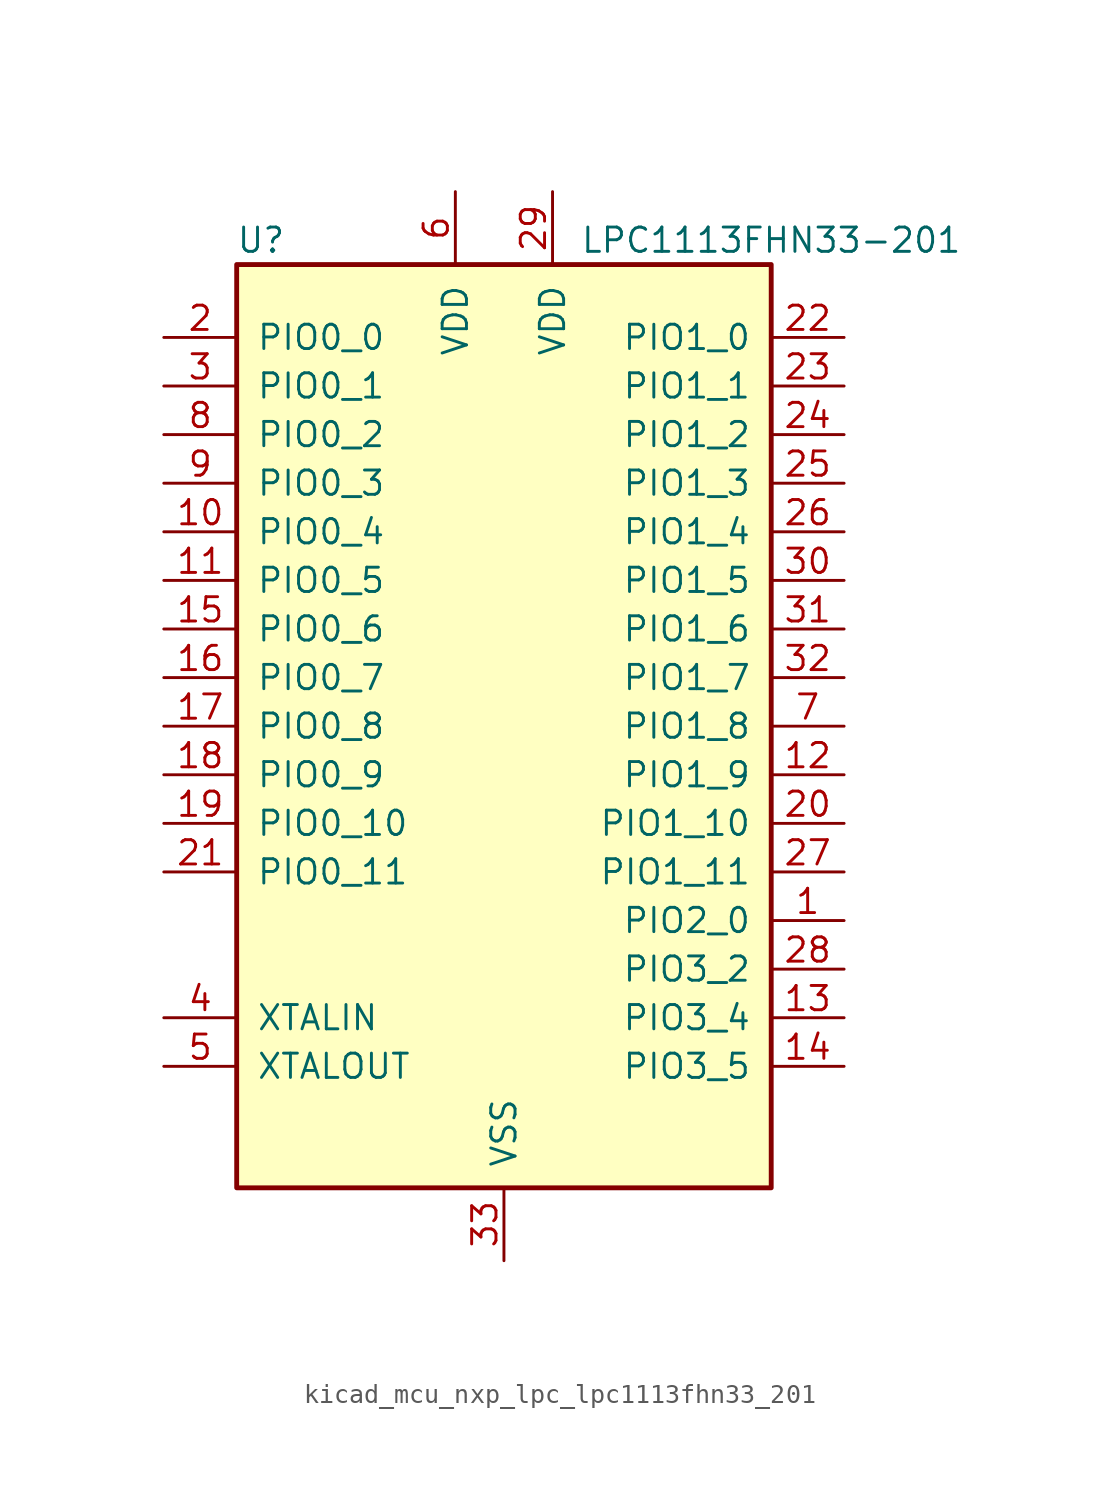
<source format=kicad_sym>
(kicad_symbol_lib
  (version 20220914)
  (generator kicad_symbol_editor)
  (symbol "kicad_mcu_nxp_lpc_lpc1113fhn33_201"
    (pin_names
      (offset 1.016))
    (property "Reference" "U"
      (at -12.7 25.4 0)
      (effects (font (size 1.27 1.27))))
    (property "Value" "LPC1113FHN33-201"
      (at 13.97 25.4 0)
      (effects (font (size 1.27 1.27))))
    (symbol "kicad_mcu_nxp_lpc_lpc1113fhn33_201_0_1"
      (rectangle (start -13.97 24.13) (end 13.97 -24.13) (stroke (width 0.254) (type default)) (fill (type background))))
    (symbol "kicad_mcu_nxp_lpc_lpc1113fhn33_201_1_1"
      (pin bidirectional line (at 17.78 -10.16 180) (length 3.81) (name "PIO2_0" (effects (font (size 1.27 1.27)))) (number "1" (effects (font (size 1.27 1.27)))))
      (pin bidirectional line (at -17.78 10.16 0) (length 3.81) (name "PIO0_4" (effects (font (size 1.27 1.27)))) (number "10" (effects (font (size 1.27 1.27)))))
      (pin bidirectional line (at -17.78 7.62 0) (length 3.81) (name "PIO0_5" (effects (font (size 1.27 1.27)))) (number "11" (effects (font (size 1.27 1.27)))))
      (pin bidirectional line (at 17.78 -2.54 180) (length 3.81) (name "PIO1_9" (effects (font (size 1.27 1.27)))) (number "12" (effects (font (size 1.27 1.27)))))
      (pin bidirectional line (at 17.78 -15.24 180) (length 3.81) (name "PIO3_4" (effects (font (size 1.27 1.27)))) (number "13" (effects (font (size 1.27 1.27)))))
      (pin bidirectional line (at 17.78 -17.78 180) (length 3.81) (name "PIO3_5" (effects (font (size 1.27 1.27)))) (number "14" (effects (font (size 1.27 1.27)))))
      (pin bidirectional line (at -17.78 5.08 0) (length 3.81) (name "PIO0_6" (effects (font (size 1.27 1.27)))) (number "15" (effects (font (size 1.27 1.27)))))
      (pin bidirectional line (at -17.78 2.54 0) (length 3.81) (name "PIO0_7" (effects (font (size 1.27 1.27)))) (number "16" (effects (font (size 1.27 1.27)))))
      (pin bidirectional line (at -17.78 0 0) (length 3.81) (name "PIO0_8" (effects (font (size 1.27 1.27)))) (number "17" (effects (font (size 1.27 1.27)))))
      (pin bidirectional line (at -17.78 -2.54 0) (length 3.81) (name "PIO0_9" (effects (font (size 1.27 1.27)))) (number "18" (effects (font (size 1.27 1.27)))))
      (pin bidirectional line (at -17.78 -5.08 0) (length 3.81) (name "PIO0_10" (effects (font (size 1.27 1.27)))) (number "19" (effects (font (size 1.27 1.27)))))
      (pin bidirectional line (at -17.78 20.32 0) (length 3.81) (name "PIO0_0" (effects (font (size 1.27 1.27)))) (number "2" (effects (font (size 1.27 1.27)))))
      (pin bidirectional line (at 17.78 -5.08 180) (length 3.81) (name "PIO1_10" (effects (font (size 1.27 1.27)))) (number "20" (effects (font (size 1.27 1.27)))))
      (pin bidirectional line (at -17.78 -7.62 0) (length 3.81) (name "PIO0_11" (effects (font (size 1.27 1.27)))) (number "21" (effects (font (size 1.27 1.27)))))
      (pin bidirectional line (at 17.78 20.32 180) (length 3.81) (name "PIO1_0" (effects (font (size 1.27 1.27)))) (number "22" (effects (font (size 1.27 1.27)))))
      (pin bidirectional line (at 17.78 17.78 180) (length 3.81) (name "PIO1_1" (effects (font (size 1.27 1.27)))) (number "23" (effects (font (size 1.27 1.27)))))
      (pin bidirectional line (at 17.78 15.24 180) (length 3.81) (name "PIO1_2" (effects (font (size 1.27 1.27)))) (number "24" (effects (font (size 1.27 1.27)))))
      (pin bidirectional line (at 17.78 12.7 180) (length 3.81) (name "PIO1_3" (effects (font (size 1.27 1.27)))) (number "25" (effects (font (size 1.27 1.27)))))
      (pin bidirectional line (at 17.78 10.16 180) (length 3.81) (name "PIO1_4" (effects (font (size 1.27 1.27)))) (number "26" (effects (font (size 1.27 1.27)))))
      (pin bidirectional line (at 17.78 -7.62 180) (length 3.81) (name "PIO1_11" (effects (font (size 1.27 1.27)))) (number "27" (effects (font (size 1.27 1.27)))))
      (pin bidirectional line (at 17.78 -12.7 180) (length 3.81) (name "PIO3_2" (effects (font (size 1.27 1.27)))) (number "28" (effects (font (size 1.27 1.27)))))
      (pin power_in line (at 2.54 27.94 270) (length 3.81) (name "VDD" (effects (font (size 1.27 1.27)))) (number "29" (effects (font (size 1.27 1.27)))))
      (pin bidirectional line (at -17.78 17.78 0) (length 3.81) (name "PIO0_1" (effects (font (size 1.27 1.27)))) (number "3" (effects (font (size 1.27 1.27)))))
      (pin bidirectional line (at 17.78 7.62 180) (length 3.81) (name "PIO1_5" (effects (font (size 1.27 1.27)))) (number "30" (effects (font (size 1.27 1.27)))))
      (pin bidirectional line (at 17.78 5.08 180) (length 3.81) (name "PIO1_6" (effects (font (size 1.27 1.27)))) (number "31" (effects (font (size 1.27 1.27)))))
      (pin bidirectional line (at 17.78 2.54 180) (length 3.81) (name "PIO1_7" (effects (font (size 1.27 1.27)))) (number "32" (effects (font (size 1.27 1.27)))))
      (pin power_in line (at 0 -27.94 90) (length 3.81) (name "VSS" (effects (font (size 1.27 1.27)))) (number "33" (effects (font (size 1.27 1.27)))))
      (pin input line (at -17.78 -15.24 0) (length 3.81) (name "XTALIN" (effects (font (size 1.27 1.27)))) (number "4" (effects (font (size 1.27 1.27)))))
      (pin output line (at -17.78 -17.78 0) (length 3.81) (name "XTALOUT" (effects (font (size 1.27 1.27)))) (number "5" (effects (font (size 1.27 1.27)))))
      (pin power_in line (at -2.54 27.94 270) (length 3.81) (name "VDD" (effects (font (size 1.27 1.27)))) (number "6" (effects (font (size 1.27 1.27)))))
      (pin bidirectional line (at 17.78 0 180) (length 3.81) (name "PIO1_8" (effects (font (size 1.27 1.27)))) (number "7" (effects (font (size 1.27 1.27)))))
      (pin bidirectional line (at -17.78 15.24 0) (length 3.81) (name "PIO0_2" (effects (font (size 1.27 1.27)))) (number "8" (effects (font (size 1.27 1.27)))))
      (pin bidirectional line (at -17.78 12.7 0) (length 3.81) (name "PIO0_3" (effects (font (size 1.27 1.27)))) (number "9" (effects (font (size 1.27 1.27))))))))
</source>
